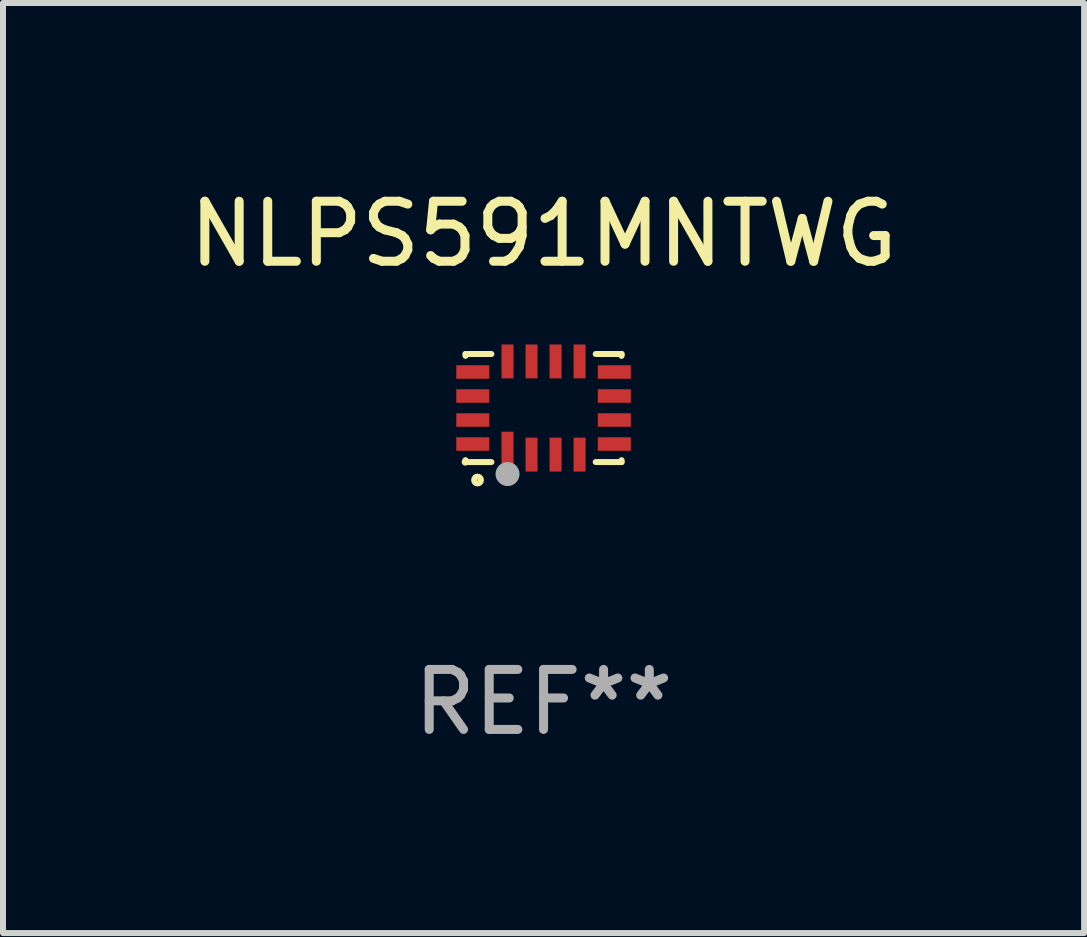
<source format=kicad_pcb>
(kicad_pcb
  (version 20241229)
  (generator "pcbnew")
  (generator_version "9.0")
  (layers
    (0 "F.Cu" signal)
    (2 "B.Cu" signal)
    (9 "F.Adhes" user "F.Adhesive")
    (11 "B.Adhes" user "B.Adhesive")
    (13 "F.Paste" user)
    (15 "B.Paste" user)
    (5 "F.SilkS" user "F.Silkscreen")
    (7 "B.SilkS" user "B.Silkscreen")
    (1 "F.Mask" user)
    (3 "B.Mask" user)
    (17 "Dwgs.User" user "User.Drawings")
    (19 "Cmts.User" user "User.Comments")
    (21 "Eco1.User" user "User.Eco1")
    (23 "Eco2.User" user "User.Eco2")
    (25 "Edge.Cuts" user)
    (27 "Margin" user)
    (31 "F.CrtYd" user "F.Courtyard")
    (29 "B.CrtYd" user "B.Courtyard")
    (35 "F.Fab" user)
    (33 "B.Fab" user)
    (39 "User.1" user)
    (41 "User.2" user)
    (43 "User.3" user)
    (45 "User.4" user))
  (footprint "NLPS591MNTWG"
    (layer "F.Cu")
    (at 6.006 3.748)
    (property "Reference" "NLPS591MNTWG" (at 0 -2.9 0) (layer "F.SilkS") (effects (font (size 1 1) (thickness 0.15))))
    (attr through_hole)
    (fp_line (start -1.3 -0.9) (end -0.869 -0.9) (stroke (width 0.1) (type solid)) (layer "F.SilkS"))
    (fp_line (start -1.3 -0.869) (end -1.3 -0.9) (stroke (width 0.1) (type solid)) (layer "F.SilkS"))
    (fp_line (start -1.3 0.9) (end -1.3 0.869) (stroke (width 0.1) (type solid)) (layer "F.SilkS"))
    (fp_line (start -1.3 0.9) (end -0.869 0.9) (stroke (width 0.1) (type solid)) (layer "F.SilkS"))
    (fp_line (start 0.869 -0.9) (end 1.3 -0.9) (stroke (width 0.1) (type solid)) (layer "F.SilkS"))
    (fp_line (start 0.869 0.9) (end 1.3 0.9) (stroke (width 0.1) (type solid)) (layer "F.SilkS"))
    (fp_line (start 1.3 -0.9) (end 1.3 -0.869) (stroke (width 0.1) (type solid)) (layer "F.SilkS"))
    (fp_line (start 1.3 0.869) (end 1.3 0.9) (stroke (width 0.1) (type solid)) (layer "F.SilkS"))
    (fp_circle (center -1.305 0.9) (end -1.275 0.9) (stroke (width 0.06) (type solid)) (fill no) (layer "F.SilkS"))
    (fp_circle (center -1.1 1.2) (end -1.043 1.2) (stroke (width 0.1) (type solid)) (fill no) (layer "F.SilkS"))
    (fp_circle (center -0.6 1.1) (end -0.5 1.1) (stroke (width 0.2) (type solid)) (fill no) (layer "F.Fab"))
    (fp_text user "REF**" (at 0 4.9 0) (layer "F.Fab") (effects (font (size 1 1) (thickness 0.15))))
    (pad "1" smd rect (at -0.6 0.726 90) (size 0.663 0.2) (layers "F.Cu" "F.Mask" "F.Paste"))
    (pad "2" smd rect (at -0.2 0.776) (size 0.2 0.565) (layers "F.Cu" "F.Mask" "F.Paste"))
    (pad "3" smd rect (at 0.2 0.776) (size 0.2 0.565) (layers "F.Cu" "F.Mask" "F.Paste"))
    (pad "4" smd rect (at 0.6 0.776) (size 0.2 0.565) (layers "F.Cu" "F.Mask" "F.Paste"))
    (pad "5" smd rect (at 1.179 0.6) (size 0.55 0.225) (layers "F.Cu" "F.Mask" "F.Paste"))
    (pad "6" smd rect (at 1.179 0.2) (size 0.55 0.225) (layers "F.Cu" "F.Mask" "F.Paste"))
    (pad "7" smd rect (at 1.179 -0.2) (size 0.55 0.225) (layers "F.Cu" "F.Mask" "F.Paste"))
    (pad "8" smd rect (at 1.179 -0.6) (size 0.55 0.225) (layers "F.Cu" "F.Mask" "F.Paste"))
    (pad "9" smd rect (at 0.6 -0.776) (size 0.2 0.565) (layers "F.Cu" "F.Mask" "F.Paste"))
    (pad "10" smd rect (at 0.2 -0.776) (size 0.2 0.565) (layers "F.Cu" "F.Mask" "F.Paste"))
    (pad "11" smd rect (at -0.2 -0.776) (size 0.2 0.565) (layers "F.Cu" "F.Mask" "F.Paste"))
    (pad "12" smd rect (at -0.6 -0.776) (size 0.2 0.565) (layers "F.Cu" "F.Mask" "F.Paste"))
    (pad "13" smd rect (at -1.179 -0.6) (size 0.55 0.225) (layers "F.Cu" "F.Mask" "F.Paste"))
    (pad "14" smd rect (at -1.179 -0.2) (size 0.55 0.225) (layers "F.Cu" "F.Mask" "F.Paste"))
    (pad "15" smd rect (at -1.179 0.2) (size 0.55 0.225) (layers "F.Cu" "F.Mask" "F.Paste"))
    (pad "16" smd rect (at -1.179 0.6) (size 0.55 0.225) (layers "F.Cu" "F.Mask" "F.Paste")))
  (gr_rect
    (start -3 -3)
    (end 15.012 12.496)
    (stroke (width 0.1) (type default))
    (fill no)
    (layer "Edge.Cuts")))
</source>
